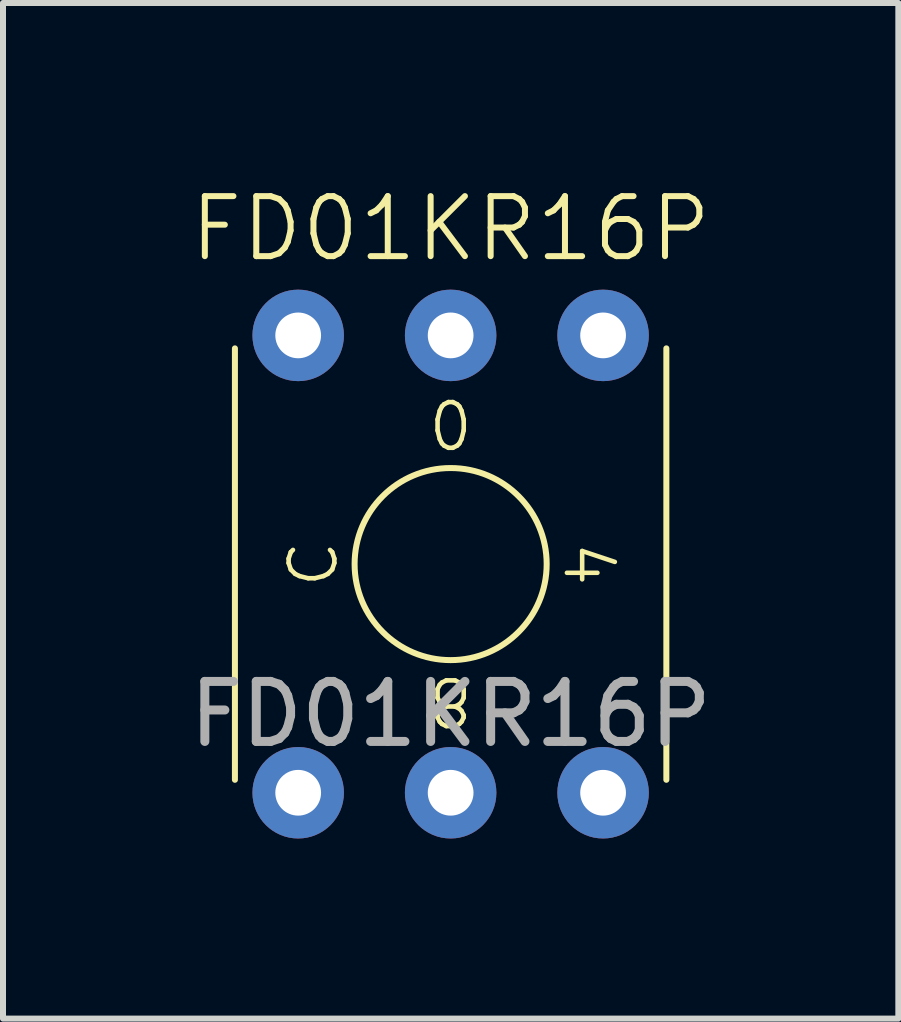
<source format=kicad_pcb>
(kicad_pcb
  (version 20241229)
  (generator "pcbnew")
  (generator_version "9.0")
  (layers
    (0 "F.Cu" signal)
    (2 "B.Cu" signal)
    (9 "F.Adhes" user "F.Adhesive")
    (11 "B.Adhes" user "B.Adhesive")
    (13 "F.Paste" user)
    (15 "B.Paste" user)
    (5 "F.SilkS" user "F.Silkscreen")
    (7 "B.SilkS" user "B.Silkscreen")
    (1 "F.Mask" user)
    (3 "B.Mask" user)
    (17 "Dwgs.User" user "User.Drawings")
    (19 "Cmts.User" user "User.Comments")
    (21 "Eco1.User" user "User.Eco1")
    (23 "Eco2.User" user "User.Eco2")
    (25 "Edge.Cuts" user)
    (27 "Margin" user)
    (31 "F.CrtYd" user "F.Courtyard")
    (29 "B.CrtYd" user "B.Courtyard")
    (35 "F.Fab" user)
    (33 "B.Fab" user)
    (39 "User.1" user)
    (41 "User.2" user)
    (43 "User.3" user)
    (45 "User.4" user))
  (footprint "FD01KR16P"
    (layer "F.Cu")
    (at 4.458 6.348)
    (property "Reference" "FD01KR16P" (at 0 -5.588 0) (unlocked yes) (layer "F.SilkS") (effects (font (size 1 1) (thickness 0.1))))
    (attr through_hole)
    (fp_line (start -3.594 3.594) (end -3.594 -3.594) (stroke (width 0.1) (type default)) (layer "F.SilkS"))
    (fp_line (start 3.594 3.594) (end 3.594 -3.594) (stroke (width 0.1) (type default)) (layer "F.SilkS"))
    (fp_circle (center 0 0) (end 1.6 0) (stroke (width 0.1) (type default)) (fill no) (layer "F.SilkS"))
    (fp_text user "4" (at 2.286 0 270) (unlocked yes) (layer "F.SilkS") (effects (font (size 0.762 0.762) (thickness 0.076))))
    (fp_text user "C" (at -2.286 0 90) (unlocked yes) (layer "F.SilkS") (effects (font (size 0.762 0.762) (thickness 0.076))))
    (fp_text user "8" (at 0 2.286 180) (unlocked yes) (layer "F.SilkS") (effects (font (size 0.762 0.762) (thickness 0.076))))
    (fp_text user "0" (at 0 -2.286 0) (unlocked yes) (layer "F.SilkS") (effects (font (size 0.762 0.762) (thickness 0.076))))
    (fp_text user "${REFERENCE}" (at 0 2.5 0) (unlocked yes) (layer "F.Fab") (effects (font (size 1 1) (thickness 0.15))))
    (pad "1" thru_hole circle (at 2.54 -3.81) (size 1.524 1.524) (drill 0.762) (layers "*.Cu" "*.Mask"))
    (pad "2" thru_hole circle (at 2.54 3.81) (size 1.524 1.524) (drill 0.762) (layers "*.Cu" "*.Mask"))
    (pad "4" thru_hole circle (at -2.54 -3.81) (size 1.524 1.524) (drill 0.762) (layers "*.Cu" "*.Mask"))
    (pad "8" thru_hole circle (at -2.54 3.81) (size 1.524 1.524) (drill 0.762) (layers "*.Cu" "*.Mask"))
    (pad "C" thru_hole circle (at 0 -3.81) (size 1.524 1.524) (drill 0.762) (layers "*.Cu" "*.Mask"))
    (pad "C" thru_hole circle (at 0 3.81) (size 1.524 1.524) (drill 0.762) (layers "*.Cu" "*.Mask")))
  (gr_rect
    (start -3 -3)
    (end 11.917 13.921)
    (stroke (width 0.1) (type default))
    (fill no)
    (layer "Edge.Cuts")))
</source>
